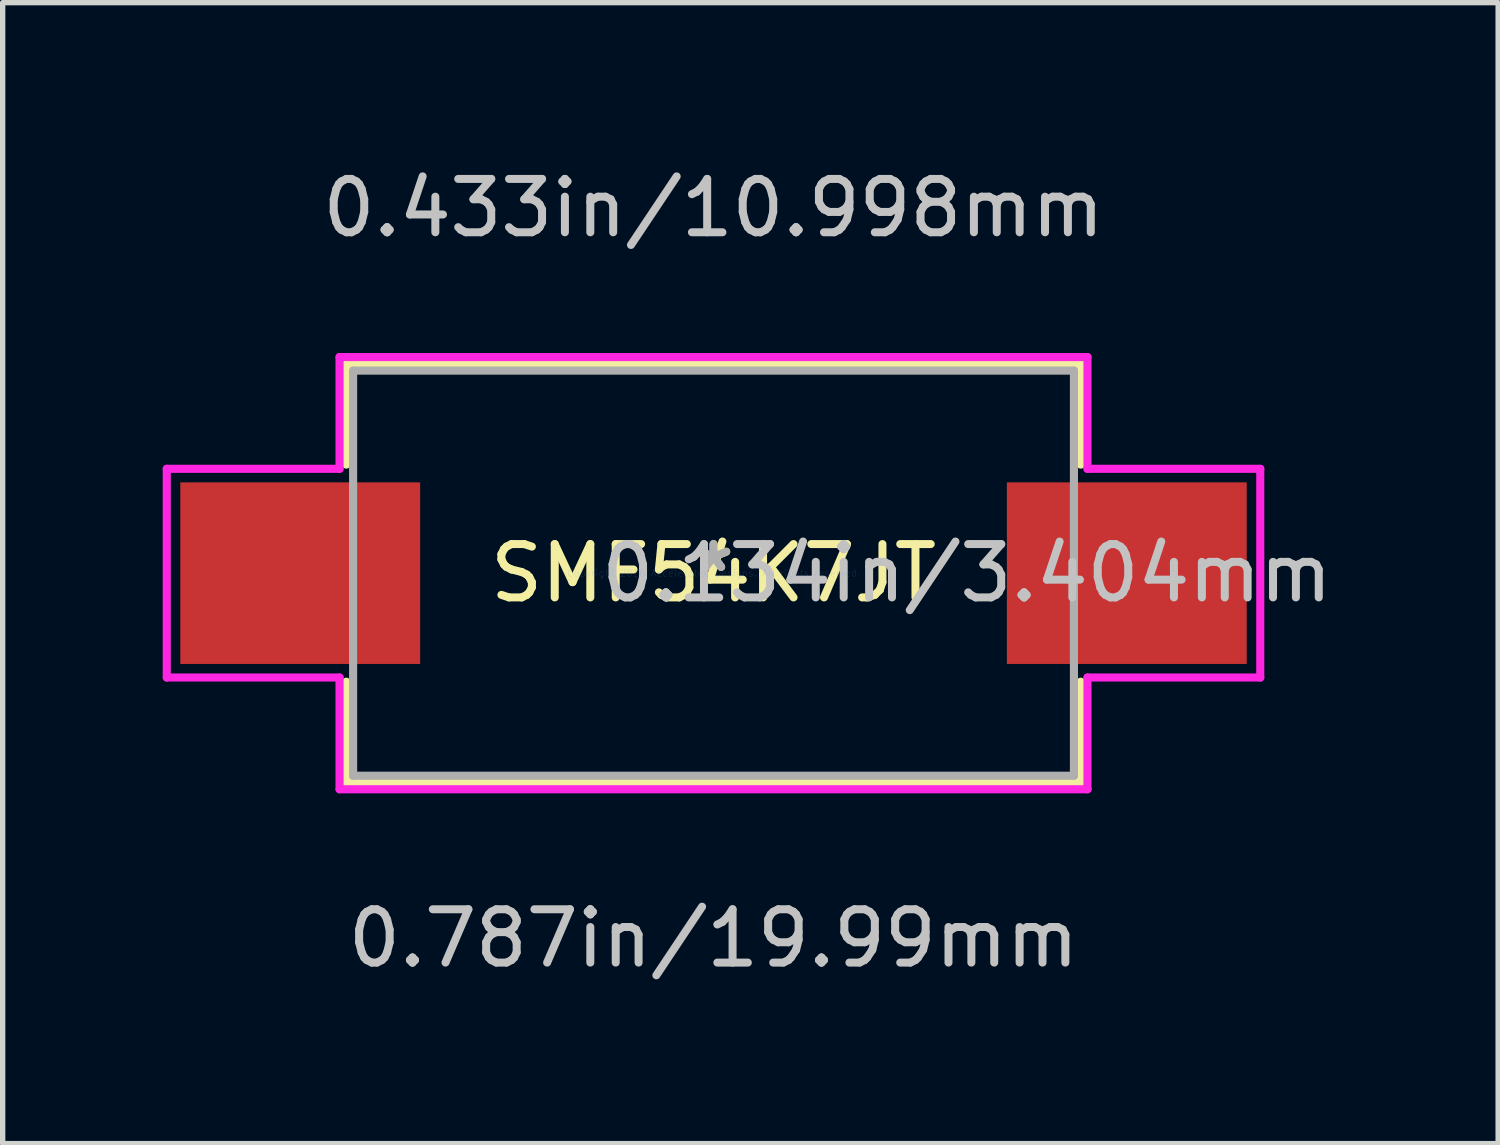
<source format=kicad_pcb>
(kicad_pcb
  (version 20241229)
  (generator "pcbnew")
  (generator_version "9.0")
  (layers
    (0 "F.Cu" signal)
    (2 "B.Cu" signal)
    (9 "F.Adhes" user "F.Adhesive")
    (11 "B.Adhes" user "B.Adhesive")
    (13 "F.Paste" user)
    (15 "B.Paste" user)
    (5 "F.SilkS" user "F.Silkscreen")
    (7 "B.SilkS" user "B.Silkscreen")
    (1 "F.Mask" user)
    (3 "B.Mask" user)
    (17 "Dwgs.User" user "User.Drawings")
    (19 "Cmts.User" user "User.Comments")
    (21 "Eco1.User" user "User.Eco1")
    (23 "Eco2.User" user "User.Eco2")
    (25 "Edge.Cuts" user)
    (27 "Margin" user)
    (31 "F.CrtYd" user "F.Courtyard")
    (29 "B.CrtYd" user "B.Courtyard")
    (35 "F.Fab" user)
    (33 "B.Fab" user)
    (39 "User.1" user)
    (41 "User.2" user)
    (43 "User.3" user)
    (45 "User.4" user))
  (footprint "SMF54K7JT"
    (layer "F.Cu")
    (at 10.325 7.694)
    (property "Reference" "SMF54K7JT" (at 0 0 0) (layer "F.SilkS") (effects (font (size 1 1) (thickness 0.15))))
    (attr through_hole)
    (fp_line (start -6.883 -3.924) (end -6.883 -2.035) (stroke (width 0.152) (type solid)) (layer "F.SilkS"))
    (fp_line (start -6.883 2.035) (end -6.883 3.924) (stroke (width 0.152) (type solid)) (layer "F.SilkS"))
    (fp_line (start -6.883 3.924) (end 6.883 3.924) (stroke (width 0.152) (type solid)) (layer "F.SilkS"))
    (fp_line (start 6.883 -3.924) (end -6.883 -3.924) (stroke (width 0.152) (type solid)) (layer "F.SilkS"))
    (fp_line (start 6.883 -2.035) (end 6.883 -3.924) (stroke (width 0.152) (type solid)) (layer "F.SilkS"))
    (fp_line (start 6.883 3.924) (end 6.883 2.035) (stroke (width 0.152) (type solid)) (layer "F.SilkS"))
    (fp_line (start -10.249 -1.956) (end -7.01 -1.956) (stroke (width 0.152) (type solid)) (layer "F.CrtYd"))
    (fp_line (start -10.249 1.956) (end -10.249 -1.956) (stroke (width 0.152) (type solid)) (layer "F.CrtYd"))
    (fp_line (start -7.01 -4.051) (end 7.01 -4.051) (stroke (width 0.152) (type solid)) (layer "F.CrtYd"))
    (fp_line (start -7.01 -1.956) (end -7.01 -4.051) (stroke (width 0.152) (type solid)) (layer "F.CrtYd"))
    (fp_line (start -7.01 1.956) (end -10.249 1.956) (stroke (width 0.152) (type solid)) (layer "F.CrtYd"))
    (fp_line (start -7.01 4.051) (end -7.01 1.956) (stroke (width 0.152) (type solid)) (layer "F.CrtYd"))
    (fp_line (start 7.01 -4.051) (end 7.01 -1.956) (stroke (width 0.152) (type solid)) (layer "F.CrtYd"))
    (fp_line (start 7.01 -1.956) (end 10.249 -1.956) (stroke (width 0.152) (type solid)) (layer "F.CrtYd"))
    (fp_line (start 7.01 1.956) (end 7.01 4.051) (stroke (width 0.152) (type solid)) (layer "F.CrtYd"))
    (fp_line (start 7.01 4.051) (end -7.01 4.051) (stroke (width 0.152) (type solid)) (layer "F.CrtYd"))
    (fp_line (start 10.249 -1.956) (end 10.249 1.956) (stroke (width 0.152) (type solid)) (layer "F.CrtYd"))
    (fp_line (start 10.249 1.956) (end 7.01 1.956) (stroke (width 0.152) (type solid)) (layer "F.CrtYd"))
    (fp_line (start -6.756 -3.797) (end -6.756 3.797) (stroke (width 0.152) (type solid)) (layer "F.Fab"))
    (fp_line (start -6.756 3.797) (end 6.756 3.797) (stroke (width 0.152) (type solid)) (layer "F.Fab"))
    (fp_line (start 6.756 -3.797) (end -6.756 -3.797) (stroke (width 0.152) (type solid)) (layer "F.Fab"))
    (fp_line (start 6.756 3.797) (end 6.756 -3.797) (stroke (width 0.152) (type solid)) (layer "F.Fab"))
    (fp_text user "*" (at 0 0 0) (layer "F.SilkS") (effects (font (size 1 1) (thickness 0.15))))
    (fp_text user "0.433in/10.998mm" (at 0 -6.845 0) (layer "Dwgs.User") (effects (font (size 1 1) (thickness 0.15))))
    (fp_text user "0.134in/3.404mm" (at 4.75 0 0) (layer "Dwgs.User") (effects (font (size 1 1) (thickness 0.15))))
    (fp_text user "0.787in/19.99mm" (at 0 6.845 0) (layer "Dwgs.User") (effects (font (size 1 1) (thickness 0.15))))
    (fp_text user "Copyright 2016 Accelerated Designs. All rights reserved." (at 0 0 0) (layer "Cmts.User") (effects (font (size 0.127 0.127) (thickness 0.002))))
    (fp_text user "*" (at 0 0 0) (layer "F.Fab") (effects (font (size 1 1) (thickness 0.15))))
    (pad "1" smd rect (at -7.747 0) (size 4.496 3.404) (layers "F.Cu" "F.Mask" "F.Paste"))
    (pad "2" smd rect (at 7.747 0) (size 4.496 3.404) (layers "F.Cu" "F.Mask" "F.Paste")))
  (gr_rect
    (start -3 -3)
    (end 25.033 18.387)
    (stroke (width 0.1) (type default))
    (fill no)
    (layer "Edge.Cuts")))
</source>
